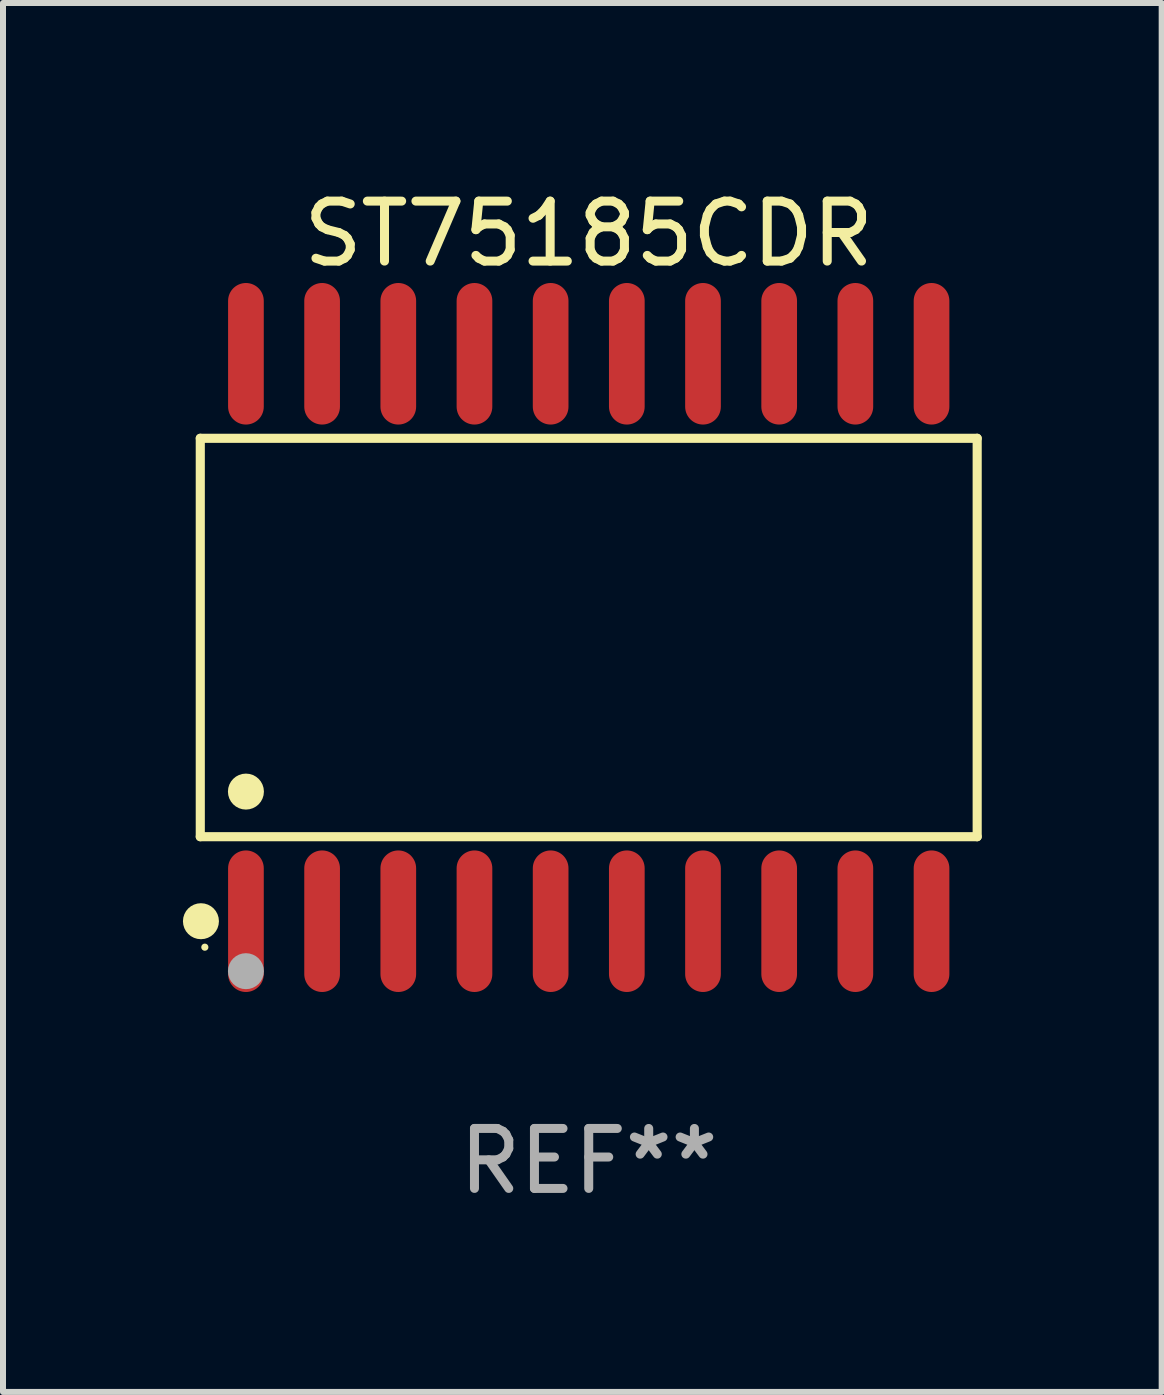
<source format=kicad_pcb>
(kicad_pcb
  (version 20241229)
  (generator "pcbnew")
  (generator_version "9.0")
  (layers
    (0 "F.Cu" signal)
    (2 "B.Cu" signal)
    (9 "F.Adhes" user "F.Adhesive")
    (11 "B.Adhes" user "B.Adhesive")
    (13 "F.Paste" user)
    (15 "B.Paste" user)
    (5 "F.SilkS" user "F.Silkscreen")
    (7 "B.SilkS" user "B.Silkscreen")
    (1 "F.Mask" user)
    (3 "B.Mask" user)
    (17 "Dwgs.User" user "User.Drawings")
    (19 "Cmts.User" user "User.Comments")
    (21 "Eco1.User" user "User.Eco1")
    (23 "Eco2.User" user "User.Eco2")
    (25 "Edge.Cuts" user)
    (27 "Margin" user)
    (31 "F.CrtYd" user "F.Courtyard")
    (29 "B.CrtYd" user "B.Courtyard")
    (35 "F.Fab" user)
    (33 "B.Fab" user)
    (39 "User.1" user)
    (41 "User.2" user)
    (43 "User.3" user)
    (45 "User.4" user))
  (footprint "ST75185CDR"
    (layer "F.Cu")
    (at 6.765 7.578)
    (property "Reference" "ST75185CDR" (at 0 -6.73 0) (layer "F.SilkS") (effects (font (size 1 1) (thickness 0.15))))
    (attr through_hole)
    (fp_line (start -6.476 -3.321) (end 6.476 -3.321) (stroke (width 0.152) (type solid)) (layer "F.SilkS"))
    (fp_line (start -6.476 3.321) (end -6.476 -3.321) (stroke (width 0.152) (type solid)) (layer "F.SilkS"))
    (fp_line (start 6.476 -3.321) (end 6.476 3.321) (stroke (width 0.152) (type solid)) (layer "F.SilkS"))
    (fp_line (start 6.476 3.321) (end -6.476 3.321) (stroke (width 0.152) (type solid)) (layer "F.SilkS"))
    (fp_circle (center -6.465 4.73) (end -6.315 4.73) (stroke (width 0.3) (type solid)) (fill no) (layer "F.SilkS"))
    (fp_circle (center -6.4 5.163) (end -6.37 5.163) (stroke (width 0.06) (type solid)) (fill no) (layer "F.SilkS"))
    (fp_circle (center -5.715 2.569) (end -5.565 2.569) (stroke (width 0.3) (type solid)) (fill no) (layer "F.SilkS"))
    (fp_circle (center -5.715 5.563) (end -5.565 5.563) (stroke (width 0.3) (type solid)) (fill no) (layer "F.Fab"))
    (fp_text user "REF**" (at 0 8.73 0) (layer "F.Fab") (effects (font (size 1 1) (thickness 0.15))))
    (pad "1" smd oval (at -5.715 4.73) (size 0.595 2.36) (layers "F.Cu" "F.Mask" "F.Paste"))
    (pad "2" smd oval (at -4.445 4.73) (size 0.595 2.36) (layers "F.Cu" "F.Mask" "F.Paste"))
    (pad "3" smd oval (at -3.175 4.73) (size 0.595 2.36) (layers "F.Cu" "F.Mask" "F.Paste"))
    (pad "4" smd oval (at -1.905 4.73) (size 0.595 2.36) (layers "F.Cu" "F.Mask" "F.Paste"))
    (pad "5" smd oval (at -0.635 4.73) (size 0.595 2.36) (layers "F.Cu" "F.Mask" "F.Paste"))
    (pad "6" smd oval (at 0.635 4.73) (size 0.595 2.36) (layers "F.Cu" "F.Mask" "F.Paste"))
    (pad "7" smd oval (at 1.905 4.73) (size 0.595 2.36) (layers "F.Cu" "F.Mask" "F.Paste"))
    (pad "8" smd oval (at 3.175 4.73) (size 0.595 2.36) (layers "F.Cu" "F.Mask" "F.Paste"))
    (pad "9" smd oval (at 4.445 4.73) (size 0.595 2.36) (layers "F.Cu" "F.Mask" "F.Paste"))
    (pad "10" smd oval (at 5.715 4.73) (size 0.595 2.36) (layers "F.Cu" "F.Mask" "F.Paste"))
    (pad "11" smd oval (at 5.715 -4.73) (size 0.595 2.36) (layers "F.Cu" "F.Mask" "F.Paste"))
    (pad "12" smd oval (at 4.445 -4.73) (size 0.595 2.36) (layers "F.Cu" "F.Mask" "F.Paste"))
    (pad "13" smd oval (at 3.175 -4.73) (size 0.595 2.36) (layers "F.Cu" "F.Mask" "F.Paste"))
    (pad "14" smd oval (at 1.905 -4.73) (size 0.595 2.36) (layers "F.Cu" "F.Mask" "F.Paste"))
    (pad "15" smd oval (at 0.635 -4.73) (size 0.595 2.36) (layers "F.Cu" "F.Mask" "F.Paste"))
    (pad "16" smd oval (at -0.635 -4.73) (size 0.595 2.36) (layers "F.Cu" "F.Mask" "F.Paste"))
    (pad "17" smd oval (at -1.905 -4.73) (size 0.595 2.36) (layers "F.Cu" "F.Mask" "F.Paste"))
    (pad "18" smd oval (at -3.175 -4.73) (size 0.595 2.36) (layers "F.Cu" "F.Mask" "F.Paste"))
    (pad "19" smd oval (at -4.445 -4.73) (size 0.595 2.36) (layers "F.Cu" "F.Mask" "F.Paste"))
    (pad "20" smd oval (at -5.715 -4.73) (size 0.595 2.36) (layers "F.Cu" "F.Mask" "F.Paste")))
  (gr_rect
    (start -3 -3)
    (end 16.317 20.156)
    (stroke (width 0.1) (type default))
    (fill no)
    (layer "Edge.Cuts")))
</source>
